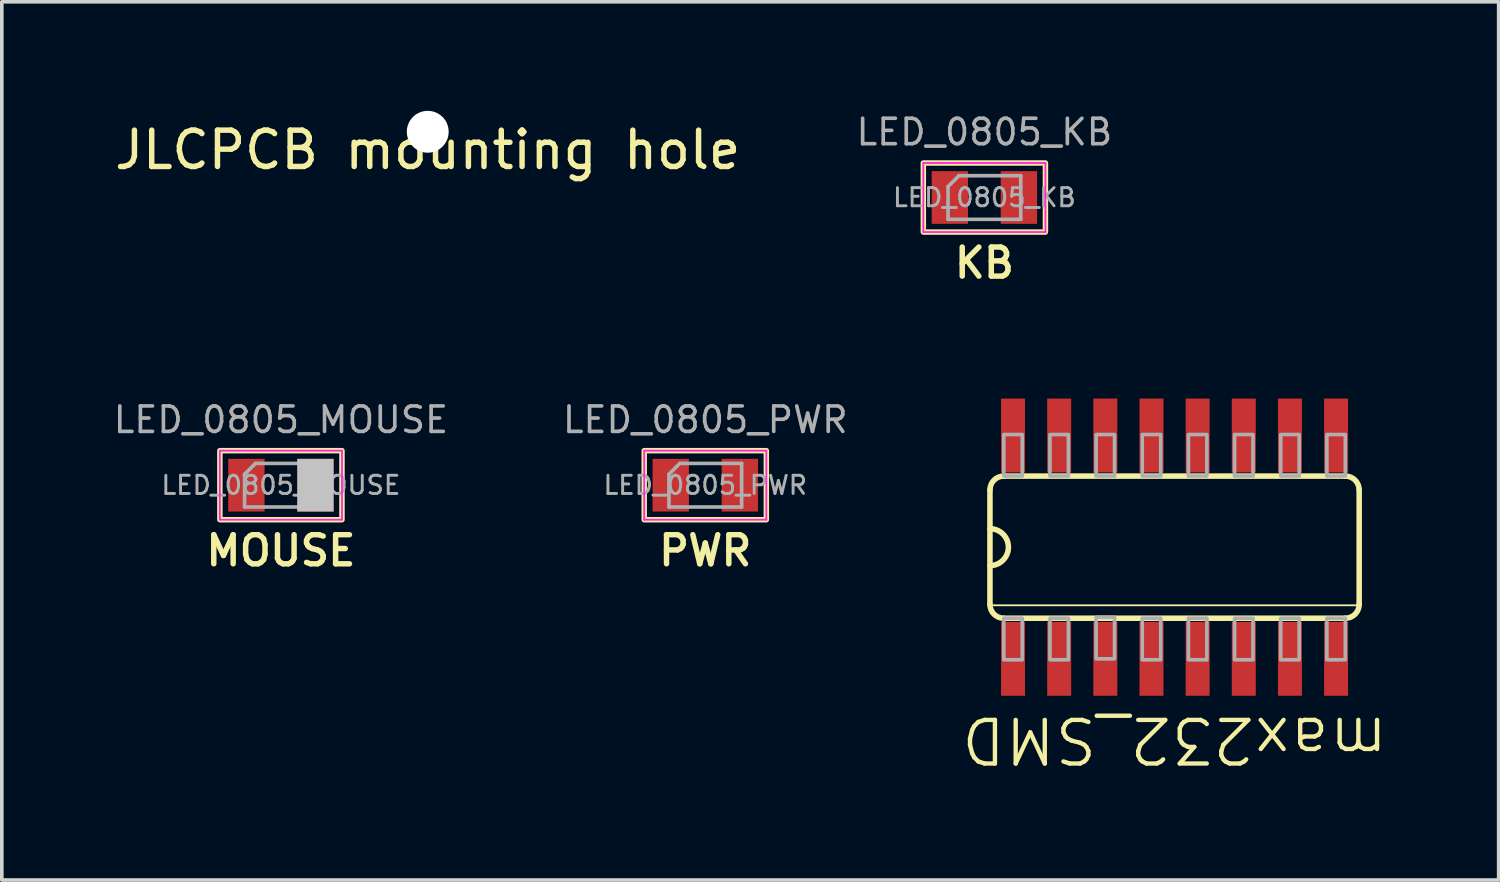
<source format=kicad_pcb>
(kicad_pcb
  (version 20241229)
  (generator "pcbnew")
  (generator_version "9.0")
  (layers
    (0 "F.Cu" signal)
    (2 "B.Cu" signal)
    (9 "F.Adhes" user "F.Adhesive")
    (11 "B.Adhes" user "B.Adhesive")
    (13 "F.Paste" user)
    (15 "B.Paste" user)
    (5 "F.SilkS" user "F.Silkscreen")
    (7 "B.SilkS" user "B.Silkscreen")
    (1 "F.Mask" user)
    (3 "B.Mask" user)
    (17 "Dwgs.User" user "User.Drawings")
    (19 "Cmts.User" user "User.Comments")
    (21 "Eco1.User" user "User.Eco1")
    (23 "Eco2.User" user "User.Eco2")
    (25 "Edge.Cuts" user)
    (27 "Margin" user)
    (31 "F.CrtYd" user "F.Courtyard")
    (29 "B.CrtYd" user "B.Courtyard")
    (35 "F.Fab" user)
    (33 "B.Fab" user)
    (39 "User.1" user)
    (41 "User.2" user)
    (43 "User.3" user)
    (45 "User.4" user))
  (footprint "max232_SMD"
    (layer "F.Cu")
    (at 29.27 12.006)
    (property "Reference" "max232_SMD" (at 0 4.6 180) (unlocked yes) (layer "F.SilkS") (effects (font (size 1.2 1.2) (thickness 0.12)) (justify bottom)))
    (attr through_hole)
    (fp_line (start -5.08 -1.575) (end -5.08 1.575) (stroke (width 0.152) (type solid)) (layer "F.SilkS"))
    (fp_line (start -5.08 1.6) (end 5.08 1.6) (stroke (width 0.051) (type solid)) (layer "F.SilkS"))
    (fp_line (start -4.699 1.956) (end 4.699 1.956) (stroke (width 0.152) (type solid)) (layer "F.SilkS"))
    (fp_line (start 4.699 -1.956) (end -4.699 -1.956) (stroke (width 0.152) (type solid)) (layer "F.SilkS"))
    (fp_line (start 5.08 1.575) (end 5.08 -1.575) (stroke (width 0.152) (type solid)) (layer "F.SilkS"))
    (fp_arc (start -5.08 -1.5748) (mid -4.968408 -1.844208) (end -4.699 -1.9558) (stroke (width 0.1524) (type solid)) (layer "F.SilkS"))
    (fp_arc (start -5.08 -0.508) (mid -4.572 0) (end -5.08 0.508) (stroke (width 0.1524) (type solid)) (layer "F.SilkS"))
    (fp_arc (start -4.699 1.9558) (mid -4.968408 1.844208) (end -5.08 1.5748) (stroke (width 0.1524) (type solid)) (layer "F.SilkS"))
    (fp_arc (start 4.699 -1.9558) (mid 4.968408 -1.844208) (end 5.08 -1.5748) (stroke (width 0.1524) (type solid)) (layer "F.SilkS"))
    (fp_arc (start 5.08 1.5748) (mid 4.968408 1.844208) (end 4.699 1.9558) (stroke (width 0.1524) (type solid)) (layer "F.SilkS"))
    (fp_poly (pts (xy -4.699 -1.956) (xy -4.191 -1.956) (xy -4.191 -3.099) (xy -4.699 -3.099)) (stroke (width 0.1) (type solid)) (fill no) (layer "F.Fab"))
    (fp_poly (pts (xy -4.699 3.099) (xy -4.191 3.099) (xy -4.191 1.956) (xy -4.699 1.956)) (stroke (width 0.1) (type solid)) (fill no) (layer "F.Fab"))
    (fp_poly (pts (xy -3.429 -1.956) (xy -2.921 -1.956) (xy -2.921 -3.099) (xy -3.429 -3.099)) (stroke (width 0.1) (type solid)) (fill no) (layer "F.Fab"))
    (fp_poly (pts (xy -3.429 3.099) (xy -2.921 3.099) (xy -2.921 1.956) (xy -3.429 1.956)) (stroke (width 0.1) (type solid)) (fill no) (layer "F.Fab"))
    (fp_poly (pts (xy -2.159 -1.956) (xy -1.651 -1.956) (xy -1.651 -3.099) (xy -2.159 -3.099)) (stroke (width 0.1) (type solid)) (fill no) (layer "F.Fab"))
    (fp_poly (pts (xy -2.159 3.073) (xy -1.651 3.073) (xy -1.651 1.93) (xy -2.159 1.93)) (stroke (width 0.1) (type solid)) (fill no) (layer "F.Fab"))
    (fp_poly (pts (xy -0.889 -1.956) (xy -0.381 -1.956) (xy -0.381 -3.099) (xy -0.889 -3.099)) (stroke (width 0.1) (type solid)) (fill no) (layer "F.Fab"))
    (fp_poly (pts (xy -0.889 3.099) (xy -0.381 3.099) (xy -0.381 1.956) (xy -0.889 1.956)) (stroke (width 0.1) (type solid)) (fill no) (layer "F.Fab"))
    (fp_poly (pts (xy 0.381 -1.956) (xy 0.889 -1.956) (xy 0.889 -3.099) (xy 0.381 -3.099)) (stroke (width 0.1) (type solid)) (fill no) (layer "F.Fab"))
    (fp_poly (pts (xy 0.381 3.099) (xy 0.889 3.099) (xy 0.889 1.956) (xy 0.381 1.956)) (stroke (width 0.1) (type solid)) (fill no) (layer "F.Fab"))
    (fp_poly (pts (xy 1.651 -1.956) (xy 2.159 -1.956) (xy 2.159 -3.099) (xy 1.651 -3.099)) (stroke (width 0.1) (type solid)) (fill no) (layer "F.Fab"))
    (fp_poly (pts (xy 1.651 3.099) (xy 2.159 3.099) (xy 2.159 1.956) (xy 1.651 1.956)) (stroke (width 0.1) (type solid)) (fill no) (layer "F.Fab"))
    (fp_poly (pts (xy 2.921 -1.956) (xy 3.429 -1.956) (xy 3.429 -3.099) (xy 2.921 -3.099)) (stroke (width 0.1) (type solid)) (fill no) (layer "F.Fab"))
    (fp_poly (pts (xy 2.921 3.099) (xy 3.429 3.099) (xy 3.429 1.956) (xy 2.921 1.956)) (stroke (width 0.1) (type solid)) (fill no) (layer "F.Fab"))
    (fp_poly (pts (xy 4.191 -1.956) (xy 4.699 -1.956) (xy 4.699 -3.099) (xy 4.191 -3.099)) (stroke (width 0.1) (type solid)) (fill no) (layer "F.Fab"))
    (fp_poly (pts (xy 4.191 3.099) (xy 4.699 3.099) (xy 4.699 1.956) (xy 4.191 1.956)) (stroke (width 0.1) (type solid)) (fill no) (layer "F.Fab"))
    (pad "1" smd rect (at -4.445 3.073) (size 0.66 2.032) (layers "F.Cu" "F.Mask" "F.Paste"))
    (pad "2" smd rect (at -3.175 3.073) (size 0.66 2.032) (layers "F.Cu" "F.Mask" "F.Paste"))
    (pad "3" smd rect (at -1.905 3.073) (size 0.66 2.032) (layers "F.Cu" "F.Mask" "F.Paste"))
    (pad "4" smd rect (at -0.635 3.073) (size 0.66 2.032) (layers "F.Cu" "F.Mask" "F.Paste"))
    (pad "5" smd rect (at 0.635 3.073) (size 0.66 2.032) (layers "F.Cu" "F.Mask" "F.Paste"))
    (pad "6" smd rect (at 1.905 3.073) (size 0.66 2.032) (layers "F.Cu" "F.Mask" "F.Paste"))
    (pad "7" smd rect (at 3.175 3.073) (size 0.66 2.032) (layers "F.Cu" "F.Mask" "F.Paste"))
    (pad "8" smd rect (at 4.445 3.073) (size 0.66 2.032) (layers "F.Cu" "F.Mask" "F.Paste"))
    (pad "9" smd rect (at 4.445 -3.073) (size 0.66 2.032) (layers "F.Cu" "F.Mask" "F.Paste"))
    (pad "10" smd rect (at 3.175 -3.073) (size 0.66 2.032) (layers "F.Cu" "F.Mask" "F.Paste"))
    (pad "11" smd rect (at 1.905 -3.073) (size 0.66 2.032) (layers "F.Cu" "F.Mask" "F.Paste"))
    (pad "12" smd rect (at 0.635 -3.073) (size 0.66 2.032) (layers "F.Cu" "F.Mask" "F.Paste"))
    (pad "13" smd rect (at -0.635 -3.073) (size 0.66 2.032) (layers "F.Cu" "F.Mask" "F.Paste"))
    (pad "14" smd rect (at -1.905 -3.073) (size 0.66 2.032) (layers "F.Cu" "F.Mask" "F.Paste"))
    (pad "15" smd rect (at -3.175 -3.073) (size 0.66 2.032) (layers "F.Cu" "F.Mask" "F.Paste"))
    (pad "16" smd rect (at -4.445 -3.073) (size 0.66 2.032) (layers "F.Cu" "F.Mask" "F.Paste")))
  (footprint "LED_0805_KB"
    (layer "F.Cu")
    (at 24.037 2.385)
    (property "Reference" "LED_0805_KB" (at 0 -1.8 0) (layer "F.Fab") (effects (font (size 0.7 0.7) (thickness 0.1))))
    (attr smd)
    (fp_rect (start -1.68 -0.95) (end 1.68 0.95) (stroke (width 0.15) (type solid)) (fill no) (layer "F.SilkS"))
    (fp_line (start -1.68 -0.95) (end 1.68 -0.95) (stroke (width 0.05) (type solid)) (layer "F.CrtYd"))
    (fp_line (start -1.68 0.95) (end -1.68 -0.95) (stroke (width 0.05) (type solid)) (layer "F.CrtYd"))
    (fp_line (start 1.68 -0.95) (end 1.68 0.95) (stroke (width 0.05) (type solid)) (layer "F.CrtYd"))
    (fp_line (start 1.68 0.95) (end -1.68 0.95) (stroke (width 0.05) (type solid)) (layer "F.CrtYd"))
    (fp_line (start -1 -0.3) (end -1 0.6) (stroke (width 0.1) (type solid)) (layer "F.Fab"))
    (fp_line (start -1 0.6) (end 1 0.6) (stroke (width 0.1) (type solid)) (layer "F.Fab"))
    (fp_line (start -0.7 -0.6) (end -1 -0.3) (stroke (width 0.1) (type solid)) (layer "F.Fab"))
    (fp_line (start 1 -0.6) (end -0.7 -0.6) (stroke (width 0.1) (type solid)) (layer "F.Fab"))
    (fp_line (start 1 0.6) (end 1 -0.6) (stroke (width 0.1) (type solid)) (layer "F.Fab"))
    (fp_text user "KB" (at 0 1.8 0) (layer "F.SilkS") (effects (font (size 0.8 0.8) (thickness 0.15))))
    (fp_text user "${REFERENCE}" (at 0 0 0) (layer "F.Fab") (effects (font (size 0.5 0.5) (thickness 0.08))))
    (pad "1" smd rect (at -0.95 0) (size 1 1.45) (layers "F.Cu" "F.Mask" "F.Paste"))
    (pad "2" smd rect (at 0.95 0) (size 1 1.45) (layers "F.Cu" "F.Mask" "F.Paste")))
  (footprint "LED_0805_MOUSE"
    (layer "F.Cu")
    (at 4.68 10.301)
    (property "Reference" "LED_0805_MOUSE" (at 0 -1.8 0) (layer "F.Fab") (effects (font (size 0.7 0.7) (thickness 0.1))))
    (attr smd)
    (fp_rect (start 1.68 0.95) (end -1.68 -0.95) (stroke (width 0.15) (type solid)) (fill no) (layer "F.SilkS"))
    (fp_line (start -1.68 -0.95) (end 1.68 -0.95) (stroke (width 0.05) (type solid)) (layer "F.CrtYd"))
    (fp_line (start -1.68 0.95) (end -1.68 -0.95) (stroke (width 0.05) (type solid)) (layer "F.CrtYd"))
    (fp_line (start 1.68 -0.95) (end 1.68 0.95) (stroke (width 0.05) (type solid)) (layer "F.CrtYd"))
    (fp_line (start 1.68 0.95) (end -1.68 0.95) (stroke (width 0.05) (type solid)) (layer "F.CrtYd"))
    (fp_line (start -1 -0.3) (end -1 0.6) (stroke (width 0.1) (type solid)) (layer "F.Fab"))
    (fp_line (start -1 0.6) (end 1 0.6) (stroke (width 0.1) (type solid)) (layer "F.Fab"))
    (fp_line (start -0.7 -0.6) (end -1 -0.3) (stroke (width 0.1) (type solid)) (layer "F.Fab"))
    (fp_line (start 1 -0.6) (end -0.7 -0.6) (stroke (width 0.1) (type solid)) (layer "F.Fab"))
    (fp_line (start 1 0.6) (end 1 -0.6) (stroke (width 0.1) (type solid)) (layer "F.Fab"))
    (fp_text user "MOUSE" (at 0 1.8 0) (layer "F.SilkS") (effects (font (size 0.8 0.8) (thickness 0.15))))
    (fp_text user "${REFERENCE}" (at 0 0 0) (layer "F.Fab") (effects (font (size 0.5 0.5) (thickness 0.08))))
    (pad "1" smd rect (at -0.95 0) (size 1 1.45) (layers "F.Cu" "F.Mask" "F.Paste"))
    (pad "2" smd rect (at 0.95 0) (size 1 1.45) (layers "F.Cu" "F.Mask" "F.Paste" "Dwgs.User")))
  (footprint "LED_0805_PWR"
    (layer "F.Cu")
    (at 16.357 10.301)
    (property "Reference" "LED_0805_PWR" (at 0 -1.8 0) (layer "F.Fab") (effects (font (size 0.7 0.7) (thickness 0.1))))
    (attr smd)
    (fp_rect (start 1.68 -0.95) (end -1.68 0.95) (stroke (width 0.15) (type solid)) (fill no) (layer "F.SilkS"))
    (fp_line (start -1.68 -0.95) (end 1.68 -0.95) (stroke (width 0.05) (type solid)) (layer "F.CrtYd"))
    (fp_line (start -1.68 0.95) (end -1.68 -0.95) (stroke (width 0.05) (type solid)) (layer "F.CrtYd"))
    (fp_line (start 1.68 -0.95) (end 1.68 0.95) (stroke (width 0.05) (type solid)) (layer "F.CrtYd"))
    (fp_line (start 1.68 0.95) (end -1.68 0.95) (stroke (width 0.05) (type solid)) (layer "F.CrtYd"))
    (fp_line (start -1 -0.3) (end -1 0.6) (stroke (width 0.1) (type solid)) (layer "F.Fab"))
    (fp_line (start -1 0.6) (end 1 0.6) (stroke (width 0.1) (type solid)) (layer "F.Fab"))
    (fp_line (start -0.7 -0.6) (end -1 -0.3) (stroke (width 0.1) (type solid)) (layer "F.Fab"))
    (fp_line (start 1 -0.6) (end -0.7 -0.6) (stroke (width 0.1) (type solid)) (layer "F.Fab"))
    (fp_line (start 1 0.6) (end 1 -0.6) (stroke (width 0.1) (type solid)) (layer "F.Fab"))
    (fp_text user "PWR" (at 0 1.8 0) (layer "F.SilkS") (effects (font (size 0.8 0.8) (thickness 0.15))))
    (fp_text user "${REFERENCE}" (at 0 0 0) (layer "F.Fab") (effects (font (size 0.5 0.5) (thickness 0.08))))
    (pad "1" smd rect (at -0.95 0) (size 1 1.45) (layers "F.Cu" "F.Mask" "F.Paste"))
    (pad "2" smd rect (at 0.95 0) (size 1 1.45) (layers "F.Cu" "F.Mask" "F.Paste")))
  (footprint "JLCPCB mounting hole"
    (layer "F.Cu")
    (at 8.72 0.576)
    (property "Reference" "JLCPCB mounting hole" (at 0 0.5 0) (layer "F.SilkS") (effects (font (size 1 1) (thickness 0.15))))
    (attr through_hole)
    (pad "" np_thru_hole circle (at 0 0) (size 1.152 1.152) (drill 1.152) (layers "*.Cu" "*.Mask")))
  (gr_rect
    (start -3 -3)
    (end 38.188 21.166)
    (stroke (width 0.1) (type default))
    (fill no)
    (layer "Edge.Cuts")))
</source>
